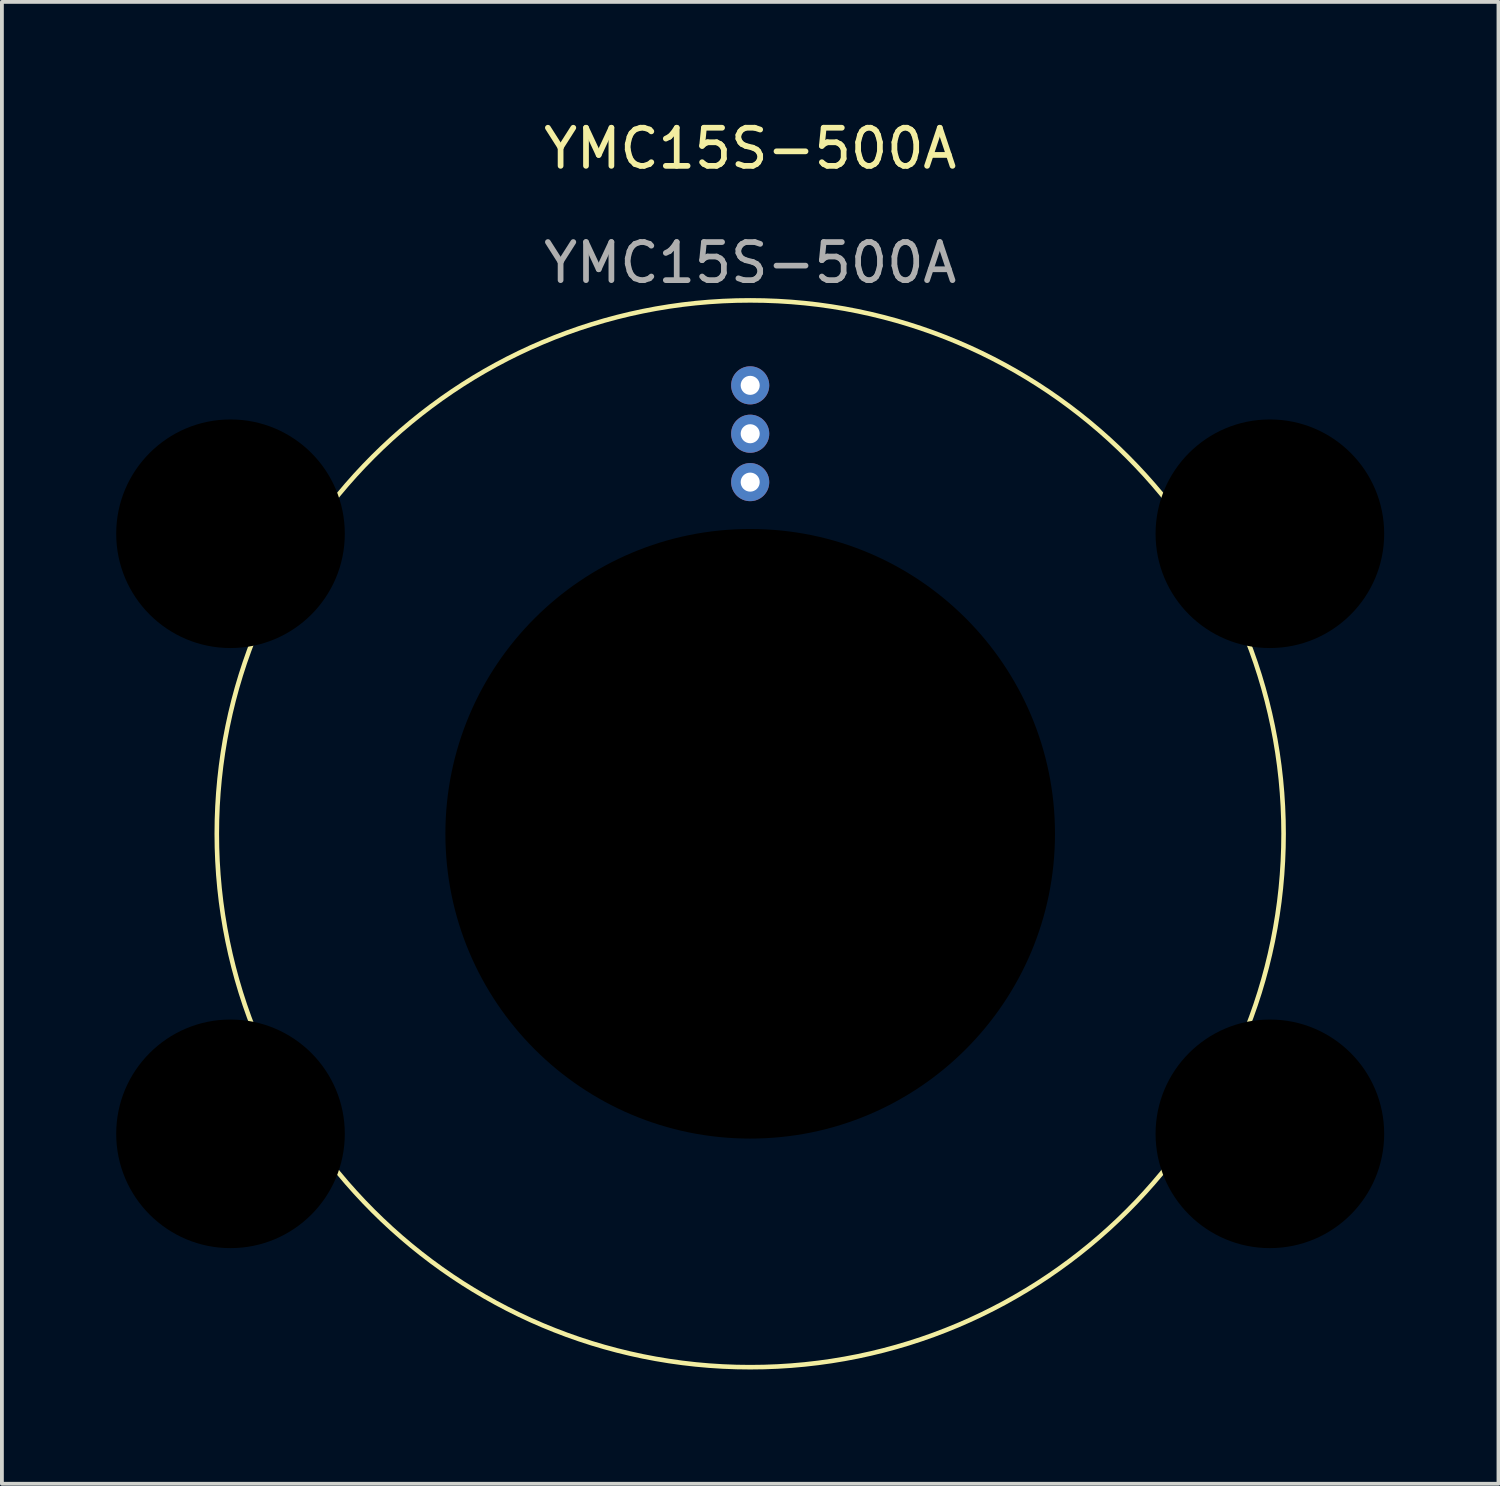
<source format=kicad_pcb>
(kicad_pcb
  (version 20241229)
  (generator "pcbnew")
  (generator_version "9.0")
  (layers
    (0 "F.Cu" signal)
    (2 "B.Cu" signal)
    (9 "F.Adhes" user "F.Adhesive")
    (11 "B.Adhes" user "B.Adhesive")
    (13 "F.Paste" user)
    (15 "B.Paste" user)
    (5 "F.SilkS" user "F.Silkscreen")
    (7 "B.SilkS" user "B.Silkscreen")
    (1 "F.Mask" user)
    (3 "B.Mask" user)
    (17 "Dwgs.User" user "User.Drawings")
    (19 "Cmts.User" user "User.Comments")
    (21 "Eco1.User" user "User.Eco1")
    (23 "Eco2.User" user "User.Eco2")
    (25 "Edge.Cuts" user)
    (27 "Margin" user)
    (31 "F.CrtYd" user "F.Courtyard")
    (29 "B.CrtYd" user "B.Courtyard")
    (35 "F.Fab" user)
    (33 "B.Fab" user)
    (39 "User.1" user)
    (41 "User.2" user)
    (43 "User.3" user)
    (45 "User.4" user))
  (footprint "YMC15S-500A"
    (layer "F.Cu")
    (at 16.64 18.834)
    (property "Reference" "YMC15S-500A" (at 0 -17.986 0) (unlocked yes) (layer "F.SilkS") (effects (font (size 1 1) (thickness 0.15))))
    (attr through_hole)
    (fp_circle (center 0 0) (end 14 0) (stroke (width 0.12) (type default)) (fill no) (layer "F.SilkS"))
    (fp_text user "${REFERENCE}" (at 0 -14.986 0) (unlocked yes) (layer "F.Fab") (effects (font (size 1 1) (thickness 0.15))))
    (pad "" np_thru_hole circle (at -13.64 -7.875) (size 6 6) (drill 6) (layers "*.Mask"))
    (pad "" np_thru_hole circle (at -13.64 7.875) (size 6 6) (drill 6) (layers "*.Mask"))
    (pad "" np_thru_hole circle (at 0 0) (size 16 16) (drill 16) (layers "*.Mask"))
    (pad "" np_thru_hole circle (at 13.64 -7.875) (size 6 6) (drill 6) (layers "*.Mask"))
    (pad "" np_thru_hole custom (at 13.64 7.875) (size 6 6) (drill 6) (layers "*.Mask") (options (anchor circle)) (primitives))
    (pad "1" thru_hole circle (at 0 -11.77) (size 1 1) (drill 0.5) (layers "*.Cu" "*.Mask"))
    (pad "2" thru_hole circle (at 0 -10.5) (size 1 1) (drill 0.5) (layers "*.Cu" "*.Mask"))
    (pad "3" thru_hole circle (at 0 -9.23) (size 1 1) (drill 0.5) (layers "*.Cu" "*.Mask")))
  (gr_rect
    (start -3 -3)
    (end 36.28 35.894)
    (stroke (width 0.1) (type default))
    (fill no)
    (layer "Edge.Cuts")))
</source>
